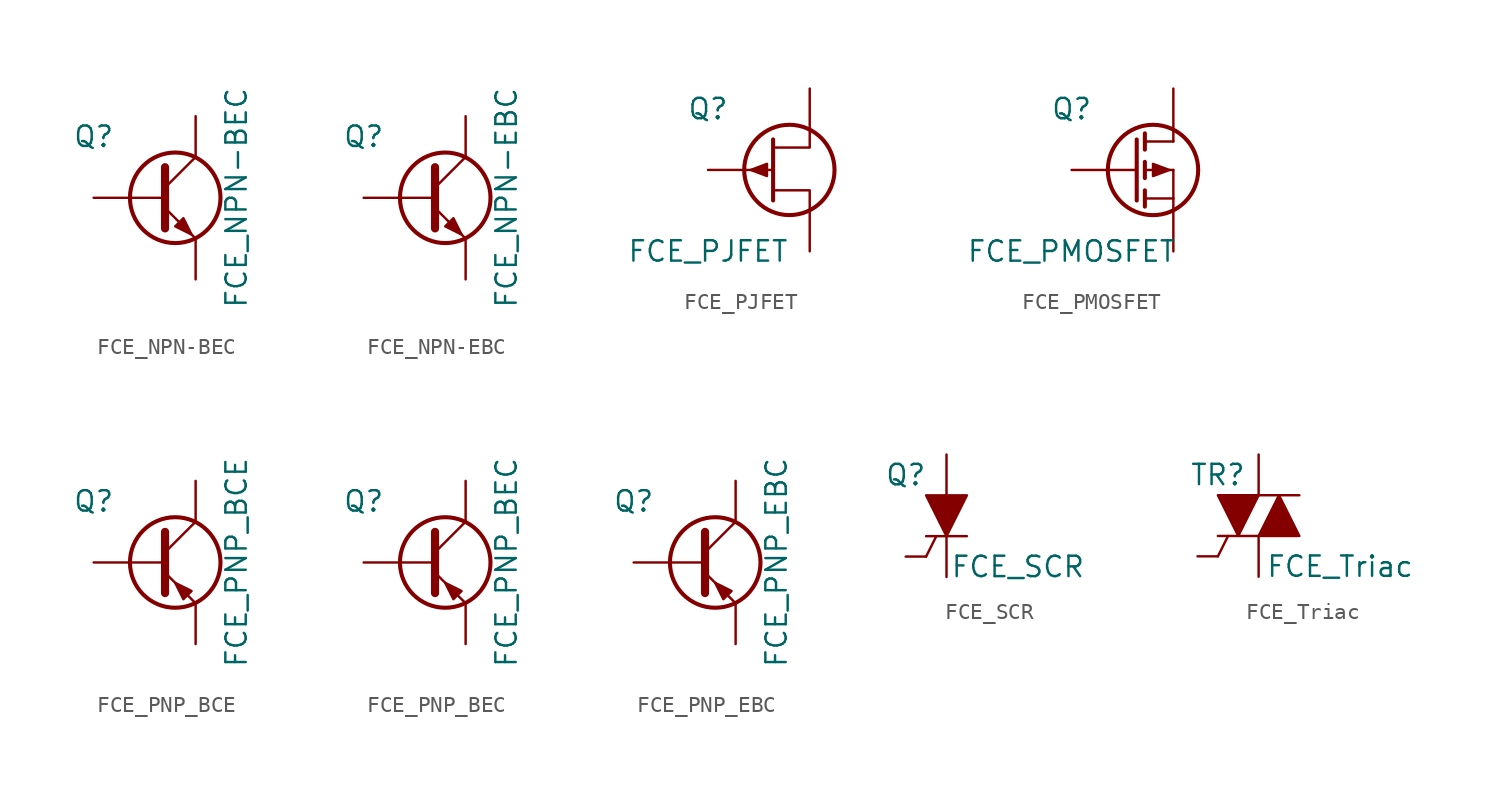
<source format=kicad_sym>
(kicad_symbol_lib
  (version 20211014)
  (generator kicad_symbol_editor)
  (symbol "FCE_NPN-BEC"
    (pin_numbers hide)
    (pin_names
      (offset 0) hide)
    (property "Reference" "Q"
      (at -5.08 3.81 0)
      (effects (font (size 1.27 1.27))))
    (property "Value" "FCE_NPN-BEC"
      (at 3.81 0 90)
      (effects (font (size 1.27 1.27))))
    (property "Footprint" ""
      (at 3.81 2.54 0)
      (effects (font (size 1.27 1.27))))
    (property "Datasheet" ""
      (at -1.27 0 0)
      (effects (font (size 1.27 1.27))))
    (symbol "FCE_NPN-BEC_0_1"
      (polyline (pts (xy -0.635 0.635) (xy 1.27 2.54)) (stroke (width 0) (type default) (color 0 0 0 0)) (fill (type none)))
      (polyline (pts (xy -0.635 -0.635) (xy 1.27 -2.54) (xy 1.27 -2.54)) (stroke (width 0) (type default) (color 0 0 0 0)) (fill (type none)))
      (polyline (pts (xy -0.635 1.905) (xy -0.635 -1.905) (xy -0.635 -1.905)) (stroke (width 0.508) (type default) (color 0 0 0 0)) (fill (type none)))
      (polyline (pts (xy 0 -1.778) (xy 0.508 -1.27) (xy 1.016 -2.286) (xy 0 -1.778) (xy 0 -1.778)) (stroke (width 0) (type default) (color 0 0 0 0)) (fill (type outline)))
      (circle (center 0 0) (radius 2.819) (stroke (width 0.254) (type default) (color 0 0 0 0)) (fill (type none))))
    (symbol "FCE_NPN-BEC_1_1"
      (pin input line (at -5.08 0 0) (length 4.445) (name "B" (effects (font (size 1.27 1.27)))) (number "1" (effects (font (size 1.27 1.27)))))
      (pin passive line (at 1.27 -5.08 90) (length 2.54) (name "E" (effects (font (size 1.27 1.27)))) (number "2" (effects (font (size 1.27 1.27)))))
      (pin passive line (at 1.27 5.08 270) (length 2.54) (name "C" (effects (font (size 1.27 1.27)))) (number "3" (effects (font (size 1.27 1.27)))))))
  (symbol "FCE_NPN-EBC"
    (pin_numbers hide)
    (pin_names
      (offset 0) hide)
    (property "Reference" "Q"
      (at -5.08 3.81 0)
      (effects (font (size 1.27 1.27))))
    (property "Value" "FCE_NPN-EBC"
      (at 3.81 0 90)
      (effects (font (size 1.27 1.27))))
    (symbol "FCE_NPN-EBC_0_1"
      (polyline (pts (xy -0.635 0.635) (xy 1.27 2.54)) (stroke (width 0) (type default) (color 0 0 0 0)) (fill (type none)))
      (polyline (pts (xy -0.635 -0.635) (xy 1.27 -2.54) (xy 1.27 -2.54)) (stroke (width 0) (type default) (color 0 0 0 0)) (fill (type none)))
      (polyline (pts (xy -0.635 1.905) (xy -0.635 -1.905) (xy -0.635 -1.905)) (stroke (width 0.508) (type default) (color 0 0 0 0)) (fill (type none)))
      (polyline (pts (xy 0 -1.778) (xy 0.508 -1.27) (xy 1.016 -2.286) (xy 0 -1.778) (xy 0 -1.778)) (stroke (width 0) (type default) (color 0 0 0 0)) (fill (type outline)))
      (circle (center 0 0) (radius 2.819) (stroke (width 0.254) (type default) (color 0 0 0 0)) (fill (type none))))
    (symbol "FCE_NPN-EBC_1_1"
      (pin passive line (at 1.27 -5.08 90) (length 2.54) (name "E" (effects (font (size 1.27 1.27)))) (number "1" (effects (font (size 1.27 1.27)))))
      (pin input line (at -5.08 0 0) (length 4.445) (name "B" (effects (font (size 1.27 1.27)))) (number "2" (effects (font (size 1.27 1.27)))))
      (pin passive line (at 1.27 5.08 270) (length 2.54) (name "C" (effects (font (size 1.27 1.27)))) (number "3" (effects (font (size 1.27 1.27)))))))
  (symbol "FCE_PJFET"
    (pin_numbers hide)
    (pin_names
      (offset 0) hide)
    (property "Reference" "Q"
      (at -5.08 3.81 0)
      (effects (font (size 1.27 1.27))))
    (property "Value" "FCE_PJFET"
      (at -5.08 -5.08 0)
      (effects (font (size 1.27 1.27))))
    (property "Footprint" ""
      (at 3.81 2.54 0)
      (effects (font (size 1.27 1.27))))
    (property "Datasheet" ""
      (at -1.27 0 0)
      (effects (font (size 1.27 1.27))))
    (symbol "FCE_PJFET_0_1"
      (polyline (pts (xy -1.016 1.905) (xy -1.016 -1.905) (xy -1.016 -1.905)) (stroke (width 0.254) (type default) (color 0 0 0 0)) (fill (type none)))
      (polyline (pts (xy 1.27 -2.54) (xy 1.27 -1.27) (xy -1.016 -1.27)) (stroke (width 0) (type default) (color 0 0 0 0)) (fill (type none)))
      (polyline (pts (xy 1.27 2.54) (xy 1.27 1.397) (xy -1.016 1.397)) (stroke (width 0) (type default) (color 0 0 0 0)) (fill (type none)))
      (polyline (pts (xy -2.413 0) (xy -1.397 0.381) (xy -1.397 -0.381) (xy -2.413 0)) (stroke (width 0) (type default) (color 0 0 0 0)) (fill (type outline)))
      (circle (center 0 0) (radius 2.819) (stroke (width 0.254) (type default) (color 0 0 0 0)) (fill (type none))))
    (symbol "FCE_PJFET_1_1"
      (pin passive line (at 1.27 5.08 270) (length 2.54) (name "D" (effects (font (size 1.27 1.27)))) (number "1" (effects (font (size 1.27 1.27)))))
      (pin input line (at -5.08 0 0) (length 4.064) (name "G" (effects (font (size 1.27 1.27)))) (number "2" (effects (font (size 1.27 1.27)))))
      (pin passive line (at 1.27 -5.08 90) (length 2.54) (name "S" (effects (font (size 1.27 1.27)))) (number "3" (effects (font (size 1.27 1.27)))))))
  (symbol "FCE_PMOSFET"
    (pin_numbers hide)
    (pin_names
      (offset 0) hide)
    (property "Reference" "Q"
      (at -5.08 3.81 0)
      (effects (font (size 1.27 1.27))))
    (property "Value" "FCE_PMOSFET"
      (at -5.08 -5.08 0)
      (effects (font (size 1.27 1.27))))
    (property "Footprint" ""
      (at 3.81 2.54 0)
      (effects (font (size 1.27 1.27))))
    (property "Datasheet" ""
      (at -1.27 0 0)
      (effects (font (size 1.27 1.27))))
    (symbol "FCE_PMOSFET_0_1"
      (polyline (pts (xy -0.508 -1.778) (xy 1.27 -1.778)) (stroke (width 0) (type default) (color 0 0 0 0)) (fill (type none)))
      (polyline (pts (xy -0.508 -1.27) (xy -0.508 -2.286)) (stroke (width 0.254) (type default) (color 0 0 0 0)) (fill (type none)))
      (polyline (pts (xy -0.508 0) (xy 1.27 0)) (stroke (width 0) (type default) (color 0 0 0 0)) (fill (type none)))
      (polyline (pts (xy -0.508 0.508) (xy -0.508 -0.508)) (stroke (width 0.254) (type default) (color 0 0 0 0)) (fill (type none)))
      (polyline (pts (xy -0.508 1.778) (xy 1.27 1.778)) (stroke (width 0) (type default) (color 0 0 0 0)) (fill (type none)))
      (polyline (pts (xy -0.508 2.286) (xy -0.508 1.27)) (stroke (width 0.254) (type default) (color 0 0 0 0)) (fill (type none)))
      (polyline (pts (xy 1.27 -1.778) (xy 1.27 -2.54)) (stroke (width 0) (type default) (color 0 0 0 0)) (fill (type none)))
      (polyline (pts (xy 1.27 -1.778) (xy 1.27 0)) (stroke (width 0) (type default) (color 0 0 0 0)) (fill (type none)))
      (polyline (pts (xy 1.27 2.54) (xy 1.27 1.778)) (stroke (width 0) (type default) (color 0 0 0 0)) (fill (type none)))
      (polyline (pts (xy -1.016 1.905) (xy -1.016 -1.905) (xy -1.016 -1.905)) (stroke (width 0.254) (type default) (color 0 0 0 0)) (fill (type none)))
      (polyline (pts (xy 1.016 0) (xy 0 -0.381) (xy 0 0.381) (xy 1.016 0)) (stroke (width 0) (type default) (color 0 0 0 0)) (fill (type outline)))
      (circle (center 0 0) (radius 2.819) (stroke (width 0.254) (type default) (color 0 0 0 0)) (fill (type none))))
    (symbol "FCE_PMOSFET_1_1"
      (pin passive line (at 1.27 5.08 270) (length 2.54) (name "D" (effects (font (size 1.27 1.27)))) (number "1" (effects (font (size 1.27 1.27)))))
      (pin passive line (at 1.27 -5.08 90) (length 2.54) (name "S" (effects (font (size 1.27 1.27)))) (number "2" (effects (font (size 1.27 1.27)))))
      (pin input line (at -5.08 0 0) (length 4.064) (name "G" (effects (font (size 1.27 1.27)))) (number "3" (effects (font (size 1.27 1.27)))))))
  (symbol "FCE_PNP_BCE"
    (pin_numbers hide)
    (pin_names
      (offset 0) hide)
    (property "Reference" "Q"
      (at -5.08 3.81 0)
      (effects (font (size 1.27 1.27))))
    (property "Value" "FCE_PNP_BCE"
      (at 3.81 0 90)
      (effects (font (size 1.27 1.27))))
    (property "Footprint" ""
      (at 3.81 2.54 0)
      (effects (font (size 1.27 1.27))))
    (property "Datasheet" ""
      (at -1.27 0 0)
      (effects (font (size 1.27 1.27))))
    (symbol "FCE_PNP_BCE_0_1"
      (polyline (pts (xy -0.635 0.635) (xy 1.27 2.54)) (stroke (width 0) (type default) (color 0 0 0 0)) (fill (type none)))
      (polyline (pts (xy -0.635 -0.635) (xy 1.27 -2.54) (xy 1.27 -2.54)) (stroke (width 0) (type default) (color 0 0 0 0)) (fill (type none)))
      (polyline (pts (xy -0.635 1.905) (xy -0.635 -1.905) (xy -0.635 -1.905)) (stroke (width 0.508) (type default) (color 0 0 0 0)) (fill (type none)))
      (polyline (pts (xy 1.016 -1.778) (xy 0.508 -2.286) (xy 0 -1.27) (xy 1.016 -1.778) (xy 1.016 -1.778)) (stroke (width 0) (type default) (color 0 0 0 0)) (fill (type outline)))
      (circle (center 0 0) (radius 2.819) (stroke (width 0.254) (type default) (color 0 0 0 0)) (fill (type none))))
    (symbol "FCE_PNP_BCE_1_1"
      (pin input line (at -5.08 0 0) (length 4.445) (name "B" (effects (font (size 1.27 1.27)))) (number "1" (effects (font (size 1.27 1.27)))))
      (pin passive line (at 1.27 5.08 270) (length 2.54) (name "C" (effects (font (size 1.27 1.27)))) (number "2" (effects (font (size 1.27 1.27)))))
      (pin passive line (at 1.27 -5.08 90) (length 2.54) (name "E" (effects (font (size 1.27 1.27)))) (number "3" (effects (font (size 1.27 1.27)))))))
  (symbol "FCE_PNP_BEC"
    (pin_numbers hide)
    (pin_names
      (offset 0) hide)
    (property "Reference" "Q"
      (at -5.08 3.81 0)
      (effects (font (size 1.27 1.27))))
    (property "Value" "FCE_PNP_BEC"
      (at 3.81 0 90)
      (effects (font (size 1.27 1.27))))
    (property "Footprint" ""
      (at 3.81 2.54 0)
      (effects (font (size 1.27 1.27))))
    (property "Datasheet" ""
      (at -1.27 0 0)
      (effects (font (size 1.27 1.27))))
    (symbol "FCE_PNP_BEC_0_1"
      (polyline (pts (xy -0.635 0.635) (xy 1.27 2.54)) (stroke (width 0) (type default) (color 0 0 0 0)) (fill (type none)))
      (polyline (pts (xy -0.635 -0.635) (xy 1.27 -2.54) (xy 1.27 -2.54)) (stroke (width 0) (type default) (color 0 0 0 0)) (fill (type none)))
      (polyline (pts (xy -0.635 1.905) (xy -0.635 -1.905) (xy -0.635 -1.905)) (stroke (width 0.508) (type default) (color 0 0 0 0)) (fill (type none)))
      (polyline (pts (xy 1.016 -1.778) (xy 0.508 -2.286) (xy 0 -1.27) (xy 1.016 -1.778) (xy 1.016 -1.778)) (stroke (width 0) (type default) (color 0 0 0 0)) (fill (type outline)))
      (circle (center 0 0) (radius 2.819) (stroke (width 0.254) (type default) (color 0 0 0 0)) (fill (type none))))
    (symbol "FCE_PNP_BEC_1_1"
      (pin input line (at -5.08 0 0) (length 4.445) (name "B" (effects (font (size 1.27 1.27)))) (number "1" (effects (font (size 1.27 1.27)))))
      (pin passive line (at 1.27 -5.08 90) (length 2.54) (name "E" (effects (font (size 1.27 1.27)))) (number "2" (effects (font (size 1.27 1.27)))))
      (pin passive line (at 1.27 5.08 270) (length 2.54) (name "C" (effects (font (size 1.27 1.27)))) (number "3" (effects (font (size 1.27 1.27)))))))
  (symbol "FCE_PNP_EBC"
    (pin_numbers hide)
    (pin_names
      (offset 0) hide)
    (property "Reference" "Q"
      (at -5.08 3.81 0)
      (effects (font (size 1.27 1.27))))
    (property "Value" "FCE_PNP_EBC"
      (at 3.81 0 90)
      (effects (font (size 1.27 1.27))))
    (symbol "FCE_PNP_EBC_0_1"
      (polyline (pts (xy -0.635 0.635) (xy 1.27 2.54)) (stroke (width 0) (type default) (color 0 0 0 0)) (fill (type none)))
      (polyline (pts (xy -0.635 -0.635) (xy 1.27 -2.54) (xy 1.27 -2.54)) (stroke (width 0) (type default) (color 0 0 0 0)) (fill (type none)))
      (polyline (pts (xy -0.635 1.905) (xy -0.635 -1.905) (xy -0.635 -1.905)) (stroke (width 0.508) (type default) (color 0 0 0 0)) (fill (type none)))
      (polyline (pts (xy 1.016 -1.778) (xy 0.508 -2.286) (xy 0 -1.27) (xy 1.016 -1.778) (xy 1.016 -1.778)) (stroke (width 0) (type default) (color 0 0 0 0)) (fill (type outline)))
      (circle (center 0 0) (radius 2.819) (stroke (width 0.254) (type default) (color 0 0 0 0)) (fill (type none))))
    (symbol "FCE_PNP_EBC_1_1"
      (pin passive line (at 1.27 -5.08 90) (length 2.54) (name "E" (effects (font (size 1.27 1.27)))) (number "1" (effects (font (size 1.27 1.27)))))
      (pin input line (at -5.08 0 0) (length 4.445) (name "B" (effects (font (size 1.27 1.27)))) (number "2" (effects (font (size 1.27 1.27)))))
      (pin passive line (at 1.27 5.08 270) (length 2.54) (name "C" (effects (font (size 1.27 1.27)))) (number "3" (effects (font (size 1.27 1.27)))))))
  (symbol "FCE_SCR"
    (pin_numbers hide)
    (pin_names
      (offset 0) hide)
    (property "Reference" "Q"
      (at -2.54 2.54 0)
      (effects (font (size 1.27 1.27))))
    (property "Value" "FCE_SCR"
      (at 4.445 -3.175 0)
      (effects (font (size 1.27 1.27))))
    (property "Footprint" ""
      (at 0 0 90)
      (effects (font (size 1.27 1.27))))
    (property "Datasheet" ""
      (at 0 0 90)
      (effects (font (size 1.27 1.27))))
    (symbol "FCE_SCR_0_1"
      (polyline (pts (xy -1.27 -2.54) (xy -0.635 -1.27)) (stroke (width 0) (type default) (color 0 0 0 0)) (fill (type none)))
      (polyline (pts (xy 1.27 -1.27) (xy -1.27 -1.27) (xy 0 -1.27)) (stroke (width 0) (type default) (color 0 0 0 0)) (fill (type none)))
      (polyline (pts (xy 1.27 1.27) (xy -1.27 1.27) (xy 0 -1.27) (xy 1.27 1.27) (xy 0 1.27)) (stroke (width 0) (type default) (color 0 0 0 0)) (fill (type outline))))
    (symbol "FCE_SCR_1_1"
      (pin passive line (at 0 3.81 270) (length 2.54) (name "Anode" (effects (font (size 1.27 1.27)))) (number "A" (effects (font (size 1.27 1.27)))))
      (pin passive line (at -2.54 -2.54 0) (length 1.27) (name "Gate" (effects (font (size 1.27 1.27)))) (number "G" (effects (font (size 1.27 1.27)))))
      (pin passive line (at 0 -3.81 90) (length 2.54) (name "Cathode" (effects (font (size 1.27 1.27)))) (number "K" (effects (font (size 1.27 1.27)))))))
  (symbol "FCE_Triac"
    (pin_numbers hide)
    (pin_names
      (offset 0) hide)
    (property "Reference" "TR"
      (at -2.54 2.54 0)
      (effects (font (size 1.27 1.27))))
    (property "Value" "FCE_Triac"
      (at 5.08 -3.175 0)
      (effects (font (size 1.27 1.27))))
    (property "Footprint" ""
      (at -1.27 0 90)
      (effects (font (size 1.27 1.27))))
    (property "Datasheet" ""
      (at -1.27 0 90)
      (effects (font (size 1.27 1.27))))
    (symbol "FCE_Triac_0_1"
      (polyline (pts (xy -2.54 -2.54) (xy -1.905 -1.27)) (stroke (width 0) (type default) (color 0 0 0 0)) (fill (type none)))
      (polyline (pts (xy 0 -1.27) (xy -2.54 -1.27) (xy -1.27 -1.27)) (stroke (width 0) (type default) (color 0 0 0 0)) (fill (type none)))
      (polyline (pts (xy 2.54 1.27) (xy 0 1.27) (xy 1.27 1.27)) (stroke (width 0) (type default) (color 0 0 0 0)) (fill (type none)))
      (polyline (pts (xy 0 1.27) (xy -2.54 1.27) (xy -1.27 -1.27) (xy 0 1.27) (xy -1.27 1.27)) (stroke (width 0) (type default) (color 0 0 0 0)) (fill (type outline)))
      (polyline (pts (xy 2.54 -1.27) (xy 0 -1.27) (xy 1.27 1.27) (xy 2.54 -1.27) (xy 1.27 -1.27)) (stroke (width 0) (type default) (color 0 0 0 0)) (fill (type outline))))
    (symbol "FCE_Triac_1_1"
      (pin passive line (at -3.81 -2.54 0) (length 1.27) (name "Gate" (effects (font (size 1.27 1.27)))) (number "G" (effects (font (size 1.27 1.27)))))
      (pin passive line (at 0 -3.81 90) (length 2.54) (name "Main_Terminal_1" (effects (font (size 1.27 1.27)))) (number "MT1" (effects (font (size 1.27 1.27)))))
      (pin passive line (at 0 3.81 270) (length 2.54) (name "Main_Terminal_2" (effects (font (size 1.27 1.27)))) (number "MT2" (effects (font (size 1.27 1.27))))))))
</source>
